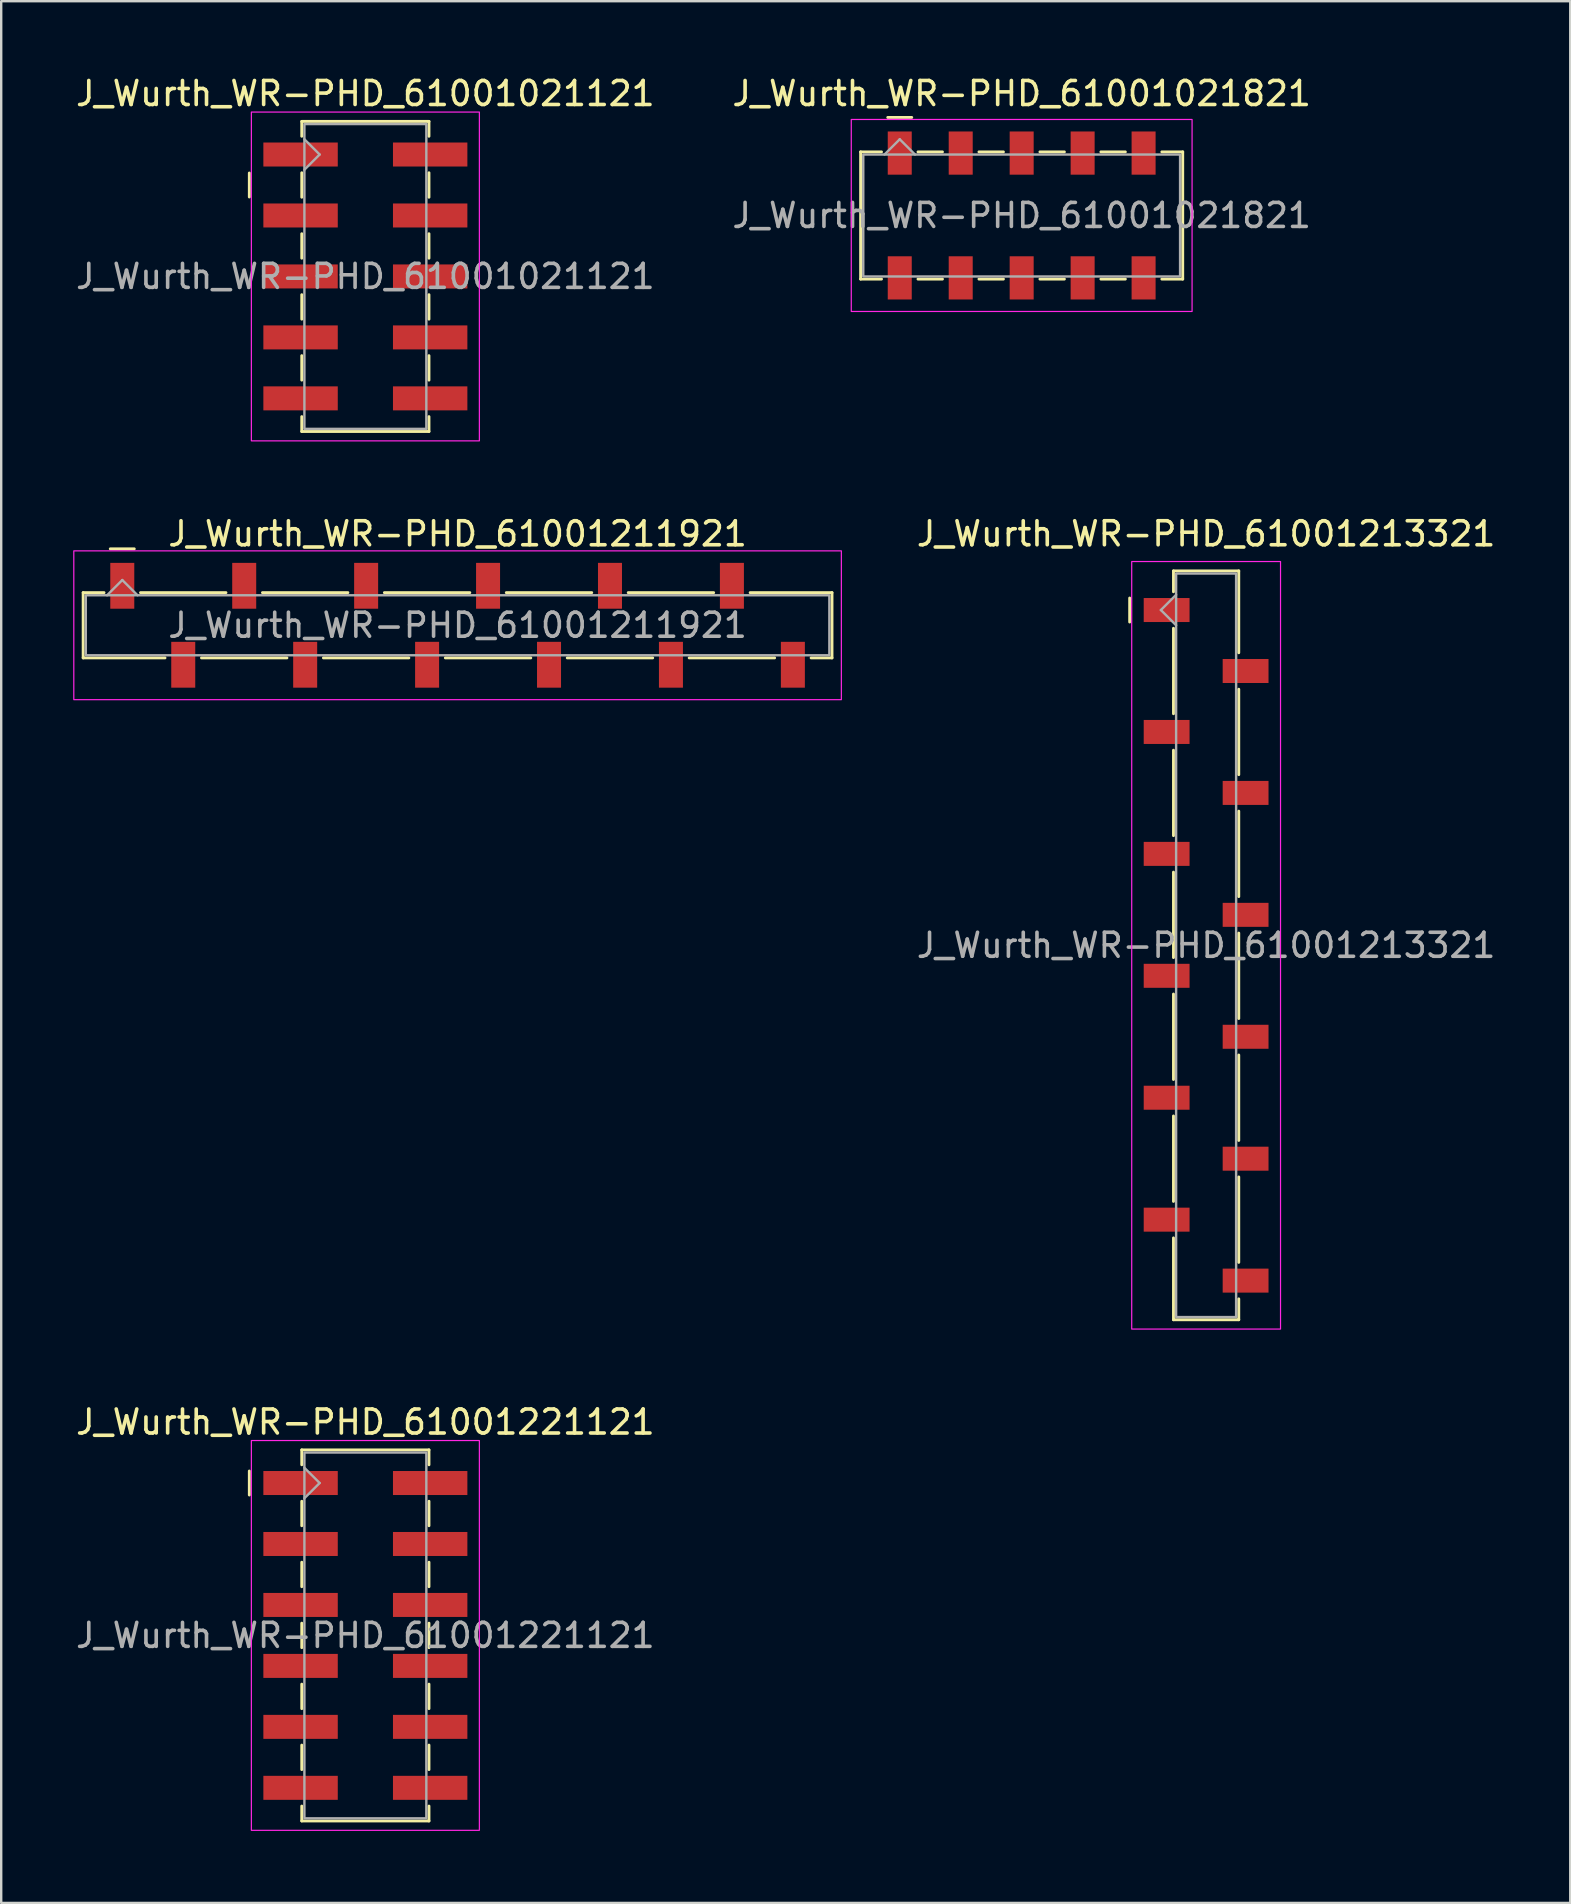
<source format=kicad_pcb>
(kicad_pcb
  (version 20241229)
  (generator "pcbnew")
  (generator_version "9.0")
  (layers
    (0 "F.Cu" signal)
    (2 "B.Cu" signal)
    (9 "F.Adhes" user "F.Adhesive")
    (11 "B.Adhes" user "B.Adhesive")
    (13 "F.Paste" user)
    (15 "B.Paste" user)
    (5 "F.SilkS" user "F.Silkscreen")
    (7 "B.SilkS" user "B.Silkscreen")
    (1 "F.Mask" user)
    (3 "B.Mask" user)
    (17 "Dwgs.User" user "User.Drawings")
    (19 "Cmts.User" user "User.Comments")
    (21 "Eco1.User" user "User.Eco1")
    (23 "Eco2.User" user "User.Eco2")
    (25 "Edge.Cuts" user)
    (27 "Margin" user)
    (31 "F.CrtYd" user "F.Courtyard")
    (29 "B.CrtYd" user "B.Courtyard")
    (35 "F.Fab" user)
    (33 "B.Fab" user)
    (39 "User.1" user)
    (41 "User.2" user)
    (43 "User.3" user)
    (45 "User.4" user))
  (footprint "J_Wurth_WR-PHD_61001213321"
    (layer "F.Cu")
    (at 47.203 36.337)
    (property "Reference" "J_Wurth_WR-PHD_61001213321" (at 0 -17.145 0) (unlocked yes) (layer "F.SilkS") (effects (font (size 1 1) (thickness 0.15))))
    (attr smd)
    (fp_line (start -3.185 -14.47) (end -3.185 -13.47) (stroke (width 0.12) (type solid)) (layer "F.SilkS"))
    (fp_line (start -1.36 -15.6) (end -1.36 -14.73) (stroke (width 0.12) (type solid)) (layer "F.SilkS"))
    (fp_line (start -1.36 -15.6) (end 1.36 -15.6) (stroke (width 0.12) (type solid)) (layer "F.SilkS"))
    (fp_line (start -1.36 -13.21) (end -1.36 -9.65) (stroke (width 0.12) (type solid)) (layer "F.SilkS"))
    (fp_line (start -1.36 -8.13) (end -1.36 -4.57) (stroke (width 0.12) (type solid)) (layer "F.SilkS"))
    (fp_line (start -1.36 -3.05) (end -1.36 0.51) (stroke (width 0.12) (type solid)) (layer "F.SilkS"))
    (fp_line (start -1.36 2.03) (end -1.36 5.59) (stroke (width 0.12) (type solid)) (layer "F.SilkS"))
    (fp_line (start -1.36 7.11) (end -1.36 10.67) (stroke (width 0.12) (type solid)) (layer "F.SilkS"))
    (fp_line (start -1.36 12.19) (end -1.36 15.6) (stroke (width 0.12) (type solid)) (layer "F.SilkS"))
    (fp_line (start -1.36 15.6) (end 1.36 15.6) (stroke (width 0.12) (type solid)) (layer "F.SilkS"))
    (fp_line (start 1.36 -15.6) (end 1.36 -12.19) (stroke (width 0.12) (type solid)) (layer "F.SilkS"))
    (fp_line (start 1.36 -10.67) (end 1.36 -7.11) (stroke (width 0.12) (type solid)) (layer "F.SilkS"))
    (fp_line (start 1.36 -5.59) (end 1.36 -2.03) (stroke (width 0.12) (type solid)) (layer "F.SilkS"))
    (fp_line (start 1.36 -0.51) (end 1.36 3.05) (stroke (width 0.12) (type solid)) (layer "F.SilkS"))
    (fp_line (start 1.36 4.57) (end 1.36 8.13) (stroke (width 0.12) (type solid)) (layer "F.SilkS"))
    (fp_line (start 1.36 9.65) (end 1.36 13.21) (stroke (width 0.12) (type solid)) (layer "F.SilkS"))
    (fp_line (start 1.36 14.73) (end 1.36 15.6) (stroke (width 0.12) (type solid)) (layer "F.SilkS"))
    (fp_rect (start -3.1 -15.99) (end 3.1 15.99) (stroke (width 0.05) (type solid)) (fill no) (layer "F.CrtYd"))
    (fp_line (start -1.885 -13.97) (end -1.25 -13.335) (stroke (width 0.1) (type default)) (layer "F.Fab"))
    (fp_line (start -1.25 -14.605) (end -1.885 -13.97) (stroke (width 0.1) (type default)) (layer "F.Fab"))
    (fp_rect (start -1.25 -15.49) (end 1.25 15.49) (stroke (width 0.1) (type solid)) (fill no) (layer "F.Fab"))
    (fp_text user "${REFERENCE}" (at 0 0 0) (unlocked yes) (layer "F.Fab") (effects (font (size 1 1) (thickness 0.15))))
    (pad "1" smd rect (at -1.645 -13.97 270) (size 1 1.91) (layers "F.Cu" "F.Mask" "F.Paste"))
    (pad "2" smd rect (at 1.645 -11.43 270) (size 1 1.91) (layers "F.Cu" "F.Mask" "F.Paste"))
    (pad "3" smd rect (at -1.645 -8.89 270) (size 1 1.91) (layers "F.Cu" "F.Mask" "F.Paste"))
    (pad "4" smd rect (at 1.645 -6.35 270) (size 1 1.91) (layers "F.Cu" "F.Mask" "F.Paste"))
    (pad "5" smd rect (at -1.645 -3.81 270) (size 1 1.91) (layers "F.Cu" "F.Mask" "F.Paste"))
    (pad "6" smd rect (at 1.645 -1.27 270) (size 1 1.91) (layers "F.Cu" "F.Mask" "F.Paste"))
    (pad "7" smd rect (at -1.645 1.27 270) (size 1 1.91) (layers "F.Cu" "F.Mask" "F.Paste"))
    (pad "8" smd rect (at 1.645 3.81 270) (size 1 1.91) (layers "F.Cu" "F.Mask" "F.Paste"))
    (pad "9" smd rect (at -1.645 6.35 270) (size 1 1.91) (layers "F.Cu" "F.Mask" "F.Paste"))
    (pad "10" smd rect (at 1.645 8.89 270) (size 1 1.91) (layers "F.Cu" "F.Mask" "F.Paste"))
    (pad "11" smd rect (at -1.645 11.43 270) (size 1 1.91) (layers "F.Cu" "F.Mask" "F.Paste"))
    (pad "12" smd rect (at 1.645 13.97 270) (size 1 1.91) (layers "F.Cu" "F.Mask" "F.Paste")))
  (footprint "J_Wurth_WR-PHD_61001221121"
    (layer "F.Cu")
    (at 12.173 65.09)
    (property "Reference" "J_Wurth_WR-PHD_61001221121" (at 0 -8.89 0) (unlocked yes) (layer "F.SilkS") (effects (font (size 1 1) (thickness 0.15))))
    (attr smd)
    (fp_line (start -4.835 -6.85) (end -4.835 -5.85) (stroke (width 0.12) (type solid)) (layer "F.SilkS"))
    (fp_line (start -2.65 -7.11) (end -2.65 -7.73) (stroke (width 0.12) (type solid)) (layer "F.SilkS"))
    (fp_line (start -2.65 -5.59) (end -2.65 -4.57) (stroke (width 0.12) (type solid)) (layer "F.SilkS"))
    (fp_line (start -2.65 -3.05) (end -2.65 -2.03) (stroke (width 0.12) (type solid)) (layer "F.SilkS"))
    (fp_line (start -2.65 -0.51) (end -2.65 0.51) (stroke (width 0.12) (type solid)) (layer "F.SilkS"))
    (fp_line (start -2.65 2.03) (end -2.65 3.05) (stroke (width 0.12) (type solid)) (layer "F.SilkS"))
    (fp_line (start -2.65 4.57) (end -2.65 5.59) (stroke (width 0.12) (type solid)) (layer "F.SilkS"))
    (fp_line (start -2.65 7.11) (end -2.65 7.73) (stroke (width 0.12) (type solid)) (layer "F.SilkS"))
    (fp_line (start 2.65 -7.73) (end -2.65 -7.73) (stroke (width 0.12) (type solid)) (layer "F.SilkS"))
    (fp_line (start 2.65 -7.73) (end 2.65 -7.11) (stroke (width 0.12) (type solid)) (layer "F.SilkS"))
    (fp_line (start 2.65 -5.59) (end 2.65 -4.57) (stroke (width 0.12) (type solid)) (layer "F.SilkS"))
    (fp_line (start 2.65 -3.05) (end 2.65 -2.03) (stroke (width 0.12) (type solid)) (layer "F.SilkS"))
    (fp_line (start 2.65 -0.51) (end 2.65 0.51) (stroke (width 0.12) (type solid)) (layer "F.SilkS"))
    (fp_line (start 2.65 2.03) (end 2.65 3.05) (stroke (width 0.12) (type solid)) (layer "F.SilkS"))
    (fp_line (start 2.65 4.57) (end 2.65 5.59) (stroke (width 0.12) (type solid)) (layer "F.SilkS"))
    (fp_line (start 2.65 7.11) (end 2.65 7.73) (stroke (width 0.12) (type solid)) (layer "F.SilkS"))
    (fp_line (start 2.65 7.73) (end -2.65 7.73) (stroke (width 0.12) (type solid)) (layer "F.SilkS"))
    (fp_rect (start -4.75 -8.12) (end 4.75 8.12) (stroke (width 0.05) (type solid)) (fill no) (layer "F.CrtYd"))
    (fp_line (start -2.54 -6.985) (end -1.905 -6.35) (stroke (width 0.1) (type default)) (layer "F.Fab"))
    (fp_line (start -1.905 -6.35) (end -2.54 -5.715) (stroke (width 0.1) (type default)) (layer "F.Fab"))
    (fp_rect (start -2.54 -7.62) (end 2.54 7.62) (stroke (width 0.1) (type solid)) (fill no) (layer "F.Fab"))
    (fp_text user "${REFERENCE}" (at 0 0 0) (unlocked yes) (layer "F.Fab") (effects (font (size 1 1) (thickness 0.15))))
    (pad "1" smd rect (at -2.7 -6.35 270) (size 1 3.1) (layers "F.Cu" "F.Mask" "F.Paste"))
    (pad "2" smd rect (at 2.7 -6.35 270) (size 1 3.1) (layers "F.Cu" "F.Mask" "F.Paste"))
    (pad "3" smd rect (at -2.7 -3.81 270) (size 1 3.1) (layers "F.Cu" "F.Mask" "F.Paste"))
    (pad "4" smd rect (at 2.7 -3.81 270) (size 1 3.1) (layers "F.Cu" "F.Mask" "F.Paste"))
    (pad "5" smd rect (at -2.7 -1.27 270) (size 1 3.1) (layers "F.Cu" "F.Mask" "F.Paste"))
    (pad "6" smd rect (at 2.7 -1.27 270) (size 1 3.1) (layers "F.Cu" "F.Mask" "F.Paste"))
    (pad "7" smd rect (at -2.7 1.27 270) (size 1 3.1) (layers "F.Cu" "F.Mask" "F.Paste"))
    (pad "8" smd rect (at 2.7 1.27 270) (size 1 3.1) (layers "F.Cu" "F.Mask" "F.Paste"))
    (pad "9" smd rect (at -2.7 3.81 270) (size 1 3.1) (layers "F.Cu" "F.Mask" "F.Paste"))
    (pad "10" smd rect (at 2.7 3.81 270) (size 1 3.1) (layers "F.Cu" "F.Mask" "F.Paste"))
    (pad "11" smd rect (at -2.7 6.35 270) (size 1 3.1) (layers "F.Cu" "F.Mask" "F.Paste"))
    (pad "12" smd rect (at 2.7 6.35 270) (size 1 3.1) (layers "F.Cu" "F.Mask" "F.Paste")))
  (footprint "J_Wurth_WR-PHD_61001211921"
    (layer "F.Cu")
    (at 16.015 23.002)
    (property "Reference" "J_Wurth_WR-PHD_61001211921" (at 0 -3.81 0) (unlocked yes) (layer "F.SilkS") (effects (font (size 1 1) (thickness 0.15))))
    (attr smd)
    (fp_line (start -15.6 -1.36) (end -15.6 1.36) (stroke (width 0.12) (type solid)) (layer "F.SilkS"))
    (fp_line (start -15.6 -1.36) (end -14.73 -1.36) (stroke (width 0.12) (type solid)) (layer "F.SilkS"))
    (fp_line (start -15.6 1.36) (end -12.19 1.36) (stroke (width 0.12) (type solid)) (layer "F.SilkS"))
    (fp_line (start -14.47 -3.185) (end -13.47 -3.185) (stroke (width 0.12) (type solid)) (layer "F.SilkS"))
    (fp_line (start -13.21 -1.36) (end -9.65 -1.36) (stroke (width 0.12) (type solid)) (layer "F.SilkS"))
    (fp_line (start -10.67 1.36) (end -7.11 1.36) (stroke (width 0.12) (type solid)) (layer "F.SilkS"))
    (fp_line (start -8.13 -1.36) (end -4.57 -1.36) (stroke (width 0.12) (type solid)) (layer "F.SilkS"))
    (fp_line (start -5.59 1.36) (end -2.03 1.36) (stroke (width 0.12) (type solid)) (layer "F.SilkS"))
    (fp_line (start -3.05 -1.36) (end 0.51 -1.36) (stroke (width 0.12) (type solid)) (layer "F.SilkS"))
    (fp_line (start -0.51 1.36) (end 3.05 1.36) (stroke (width 0.12) (type solid)) (layer "F.SilkS"))
    (fp_line (start 2.03 -1.36) (end 5.59 -1.36) (stroke (width 0.12) (type solid)) (layer "F.SilkS"))
    (fp_line (start 4.57 1.36) (end 8.13 1.36) (stroke (width 0.12) (type solid)) (layer "F.SilkS"))
    (fp_line (start 7.11 -1.36) (end 10.67 -1.36) (stroke (width 0.12) (type solid)) (layer "F.SilkS"))
    (fp_line (start 9.65 1.36) (end 13.21 1.36) (stroke (width 0.12) (type solid)) (layer "F.SilkS"))
    (fp_line (start 12.19 -1.36) (end 15.6 -1.36) (stroke (width 0.12) (type solid)) (layer "F.SilkS"))
    (fp_line (start 14.73 1.36) (end 15.6 1.36) (stroke (width 0.12) (type solid)) (layer "F.SilkS"))
    (fp_line (start 15.6 -1.36) (end 15.6 1.36) (stroke (width 0.12) (type solid)) (layer "F.SilkS"))
    (fp_rect (start -15.99 -3.1) (end 15.99 3.1) (stroke (width 0.05) (type solid)) (fill no) (layer "F.CrtYd"))
    (fp_line (start -14.605 -1.25) (end -13.97 -1.885) (stroke (width 0.1) (type default)) (layer "F.Fab"))
    (fp_line (start -13.97 -1.885) (end -13.335 -1.25) (stroke (width 0.1) (type default)) (layer "F.Fab"))
    (fp_rect (start -15.49 -1.25) (end 15.49 1.25) (stroke (width 0.1) (type solid)) (fill no) (layer "F.Fab"))
    (fp_text user "${REFERENCE}" (at 0 0 0) (unlocked yes) (layer "F.Fab") (effects (font (size 1 1) (thickness 0.15))))
    (pad "1" smd rect (at -13.97 -1.645) (size 1 1.91) (layers "F.Cu" "F.Mask" "F.Paste"))
    (pad "2" smd rect (at -11.43 1.645) (size 1 1.91) (layers "F.Cu" "F.Mask" "F.Paste"))
    (pad "3" smd rect (at -8.89 -1.645) (size 1 1.91) (layers "F.Cu" "F.Mask" "F.Paste"))
    (pad "4" smd rect (at -6.35 1.645) (size 1 1.91) (layers "F.Cu" "F.Mask" "F.Paste"))
    (pad "5" smd rect (at -3.81 -1.645) (size 1 1.91) (layers "F.Cu" "F.Mask" "F.Paste"))
    (pad "6" smd rect (at -1.27 1.645) (size 1 1.91) (layers "F.Cu" "F.Mask" "F.Paste"))
    (pad "7" smd rect (at 1.27 -1.645) (size 1 1.91) (layers "F.Cu" "F.Mask" "F.Paste"))
    (pad "8" smd rect (at 3.81 1.645) (size 1 1.91) (layers "F.Cu" "F.Mask" "F.Paste"))
    (pad "9" smd rect (at 6.35 -1.645) (size 1 1.91) (layers "F.Cu" "F.Mask" "F.Paste"))
    (pad "10" smd rect (at 8.89 1.645) (size 1 1.91) (layers "F.Cu" "F.Mask" "F.Paste"))
    (pad "11" smd rect (at 11.43 -1.645) (size 1 1.91) (layers "F.Cu" "F.Mask" "F.Paste"))
    (pad "12" smd rect (at 13.97 1.645) (size 1 1.91) (layers "F.Cu" "F.Mask" "F.Paste")))
  (footprint "J_Wurth_WR-PHD_61001021121"
    (layer "F.Cu")
    (at 12.173 8.468)
    (property "Reference" "J_Wurth_WR-PHD_61001021121" (at 0 -7.62 0) (unlocked yes) (layer "F.SilkS") (effects (font (size 1 1) (thickness 0.15))))
    (attr smd)
    (fp_line (start -4.835 -4.31) (end -4.835 -3.31) (stroke (width 0.12) (type solid)) (layer "F.SilkS"))
    (fp_line (start -2.65 -5.84) (end -2.65 -6.46) (stroke (width 0.12) (type solid)) (layer "F.SilkS"))
    (fp_line (start -2.65 -4.32) (end -2.65 -3.3) (stroke (width 0.12) (type solid)) (layer "F.SilkS"))
    (fp_line (start -2.65 -1.78) (end -2.65 -0.76) (stroke (width 0.12) (type solid)) (layer "F.SilkS"))
    (fp_line (start -2.65 0.76) (end -2.65 1.78) (stroke (width 0.12) (type solid)) (layer "F.SilkS"))
    (fp_line (start -2.65 3.3) (end -2.65 4.32) (stroke (width 0.12) (type solid)) (layer "F.SilkS"))
    (fp_line (start -2.65 5.84) (end -2.65 6.46) (stroke (width 0.12) (type solid)) (layer "F.SilkS"))
    (fp_line (start 2.65 -6.46) (end -2.65 -6.46) (stroke (width 0.12) (type solid)) (layer "F.SilkS"))
    (fp_line (start 2.65 -6.46) (end 2.65 -5.84) (stroke (width 0.12) (type solid)) (layer "F.SilkS"))
    (fp_line (start 2.65 -4.32) (end 2.65 -3.3) (stroke (width 0.12) (type solid)) (layer "F.SilkS"))
    (fp_line (start 2.65 -1.78) (end 2.65 -0.76) (stroke (width 0.12) (type solid)) (layer "F.SilkS"))
    (fp_line (start 2.65 0.76) (end 2.65 1.78) (stroke (width 0.12) (type solid)) (layer "F.SilkS"))
    (fp_line (start 2.65 3.3) (end 2.65 4.32) (stroke (width 0.12) (type solid)) (layer "F.SilkS"))
    (fp_line (start 2.65 5.84) (end 2.65 6.46) (stroke (width 0.12) (type solid)) (layer "F.SilkS"))
    (fp_line (start 2.65 6.46) (end -2.65 6.46) (stroke (width 0.12) (type solid)) (layer "F.SilkS"))
    (fp_rect (start -4.75 -6.85) (end 4.75 6.85) (stroke (width 0.05) (type solid)) (fill no) (layer "F.CrtYd"))
    (fp_line (start -2.54 -5.715) (end -1.905 -5.08) (stroke (width 0.1) (type default)) (layer "F.Fab"))
    (fp_line (start -1.905 -5.08) (end -2.54 -4.445) (stroke (width 0.1) (type default)) (layer "F.Fab"))
    (fp_rect (start -2.54 -6.35) (end 2.54 6.35) (stroke (width 0.1) (type solid)) (fill no) (layer "F.Fab"))
    (fp_text user "${REFERENCE}" (at 0 0 0) (unlocked yes) (layer "F.Fab") (effects (font (size 1 1) (thickness 0.15))))
    (pad "1" smd rect (at -2.7 -5.08 270) (size 1 3.1) (layers "F.Cu" "F.Mask" "F.Paste"))
    (pad "2" smd rect (at 2.7 -5.08 270) (size 1 3.1) (layers "F.Cu" "F.Mask" "F.Paste"))
    (pad "3" smd rect (at -2.7 -2.54 270) (size 1 3.1) (layers "F.Cu" "F.Mask" "F.Paste"))
    (pad "4" smd rect (at 2.7 -2.54 270) (size 1 3.1) (layers "F.Cu" "F.Mask" "F.Paste"))
    (pad "5" smd rect (at -2.7 0 270) (size 1 3.1) (layers "F.Cu" "F.Mask" "F.Paste"))
    (pad "6" smd rect (at 2.7 0 270) (size 1 3.1) (layers "F.Cu" "F.Mask" "F.Paste"))
    (pad "7" smd rect (at -2.7 2.54 270) (size 1 3.1) (layers "F.Cu" "F.Mask" "F.Paste"))
    (pad "8" smd rect (at 2.7 2.54 270) (size 1 3.1) (layers "F.Cu" "F.Mask" "F.Paste"))
    (pad "9" smd rect (at -2.7 5.08 270) (size 1 3.1) (layers "F.Cu" "F.Mask" "F.Paste"))
    (pad "10" smd rect (at 2.7 5.08 270) (size 1 3.1) (layers "F.Cu" "F.Mask" "F.Paste")))
  (footprint "J_Wurth_WR-PHD_61001021821"
    (layer "F.Cu")
    (at 39.518 5.928)
    (property "Reference" "J_Wurth_WR-PHD_61001021821" (at 0 -5.08 0) (unlocked yes) (layer "F.SilkS") (effects (font (size 1 1) (thickness 0.15))))
    (attr smd)
    (fp_line (start -6.71 -2.65) (end -6.71 2.65) (stroke (width 0.12) (type solid)) (layer "F.SilkS"))
    (fp_line (start -6.71 -2.65) (end -5.84 -2.65) (stroke (width 0.12) (type solid)) (layer "F.SilkS"))
    (fp_line (start -6.71 2.65) (end -5.84 2.65) (stroke (width 0.12) (type solid)) (layer "F.SilkS"))
    (fp_line (start -5.58 -4.085) (end -4.58 -4.085) (stroke (width 0.12) (type solid)) (layer "F.SilkS"))
    (fp_line (start -4.32 -2.65) (end -3.3 -2.65) (stroke (width 0.12) (type solid)) (layer "F.SilkS"))
    (fp_line (start -4.32 2.65) (end -3.3 2.65) (stroke (width 0.12) (type solid)) (layer "F.SilkS"))
    (fp_line (start -1.78 -2.65) (end -0.76 -2.65) (stroke (width 0.12) (type solid)) (layer "F.SilkS"))
    (fp_line (start -1.78 2.65) (end -0.76 2.65) (stroke (width 0.12) (type solid)) (layer "F.SilkS"))
    (fp_line (start 0.76 -2.65) (end 1.78 -2.65) (stroke (width 0.12) (type solid)) (layer "F.SilkS"))
    (fp_line (start 0.76 2.65) (end 1.78 2.65) (stroke (width 0.12) (type solid)) (layer "F.SilkS"))
    (fp_line (start 3.3 -2.65) (end 4.32 -2.65) (stroke (width 0.12) (type solid)) (layer "F.SilkS"))
    (fp_line (start 3.3 2.65) (end 4.32 2.65) (stroke (width 0.12) (type solid)) (layer "F.SilkS"))
    (fp_line (start 5.84 -2.65) (end 6.71 -2.65) (stroke (width 0.12) (type solid)) (layer "F.SilkS"))
    (fp_line (start 5.84 2.65) (end 6.71 2.65) (stroke (width 0.12) (type solid)) (layer "F.SilkS"))
    (fp_line (start 6.71 -2.65) (end 6.71 2.65) (stroke (width 0.12) (type solid)) (layer "F.SilkS"))
    (fp_rect (start -7.1 -4) (end 7.1 4) (stroke (width 0.05) (type solid)) (fill no) (layer "F.CrtYd"))
    (fp_line (start -5.715 -2.54) (end -5.08 -3.175) (stroke (width 0.1) (type default)) (layer "F.Fab"))
    (fp_line (start -5.08 -3.175) (end -4.445 -2.54) (stroke (width 0.1) (type default)) (layer "F.Fab"))
    (fp_rect (start -6.6 -2.54) (end 6.6 2.54) (stroke (width 0.1) (type solid)) (fill no) (layer "F.Fab"))
    (fp_text user "${REFERENCE}" (at 0 0 0) (unlocked yes) (layer "F.Fab") (effects (font (size 1 1) (thickness 0.15))))
    (pad "1" smd rect (at -5.08 -2.6) (size 1 1.8) (layers "F.Cu" "F.Mask" "F.Paste"))
    (pad "2" smd rect (at -5.08 2.6) (size 1 1.8) (layers "F.Cu" "F.Mask" "F.Paste"))
    (pad "3" smd rect (at -2.54 -2.6) (size 1 1.8) (layers "F.Cu" "F.Mask" "F.Paste"))
    (pad "4" smd rect (at -2.54 2.6) (size 1 1.8) (layers "F.Cu" "F.Mask" "F.Paste"))
    (pad "5" smd rect (at 0 -2.6) (size 1 1.8) (layers "F.Cu" "F.Mask" "F.Paste"))
    (pad "6" smd rect (at 0 2.6) (size 1 1.8) (layers "F.Cu" "F.Mask" "F.Paste"))
    (pad "7" smd rect (at 2.54 -2.6) (size 1 1.8) (layers "F.Cu" "F.Mask" "F.Paste"))
    (pad "8" smd rect (at 2.54 2.6) (size 1 1.8) (layers "F.Cu" "F.Mask" "F.Paste"))
    (pad "9" smd rect (at 5.08 -2.6) (size 1 1.8) (layers "F.Cu" "F.Mask" "F.Paste"))
    (pad "10" smd rect (at 5.08 2.6) (size 1 1.8) (layers "F.Cu" "F.Mask" "F.Paste")))
  (gr_rect
    (start -3 -3)
    (end 62.375 76.235)
    (stroke (width 0.1) (type default))
    (fill no)
    (layer "Edge.Cuts")))
</source>
